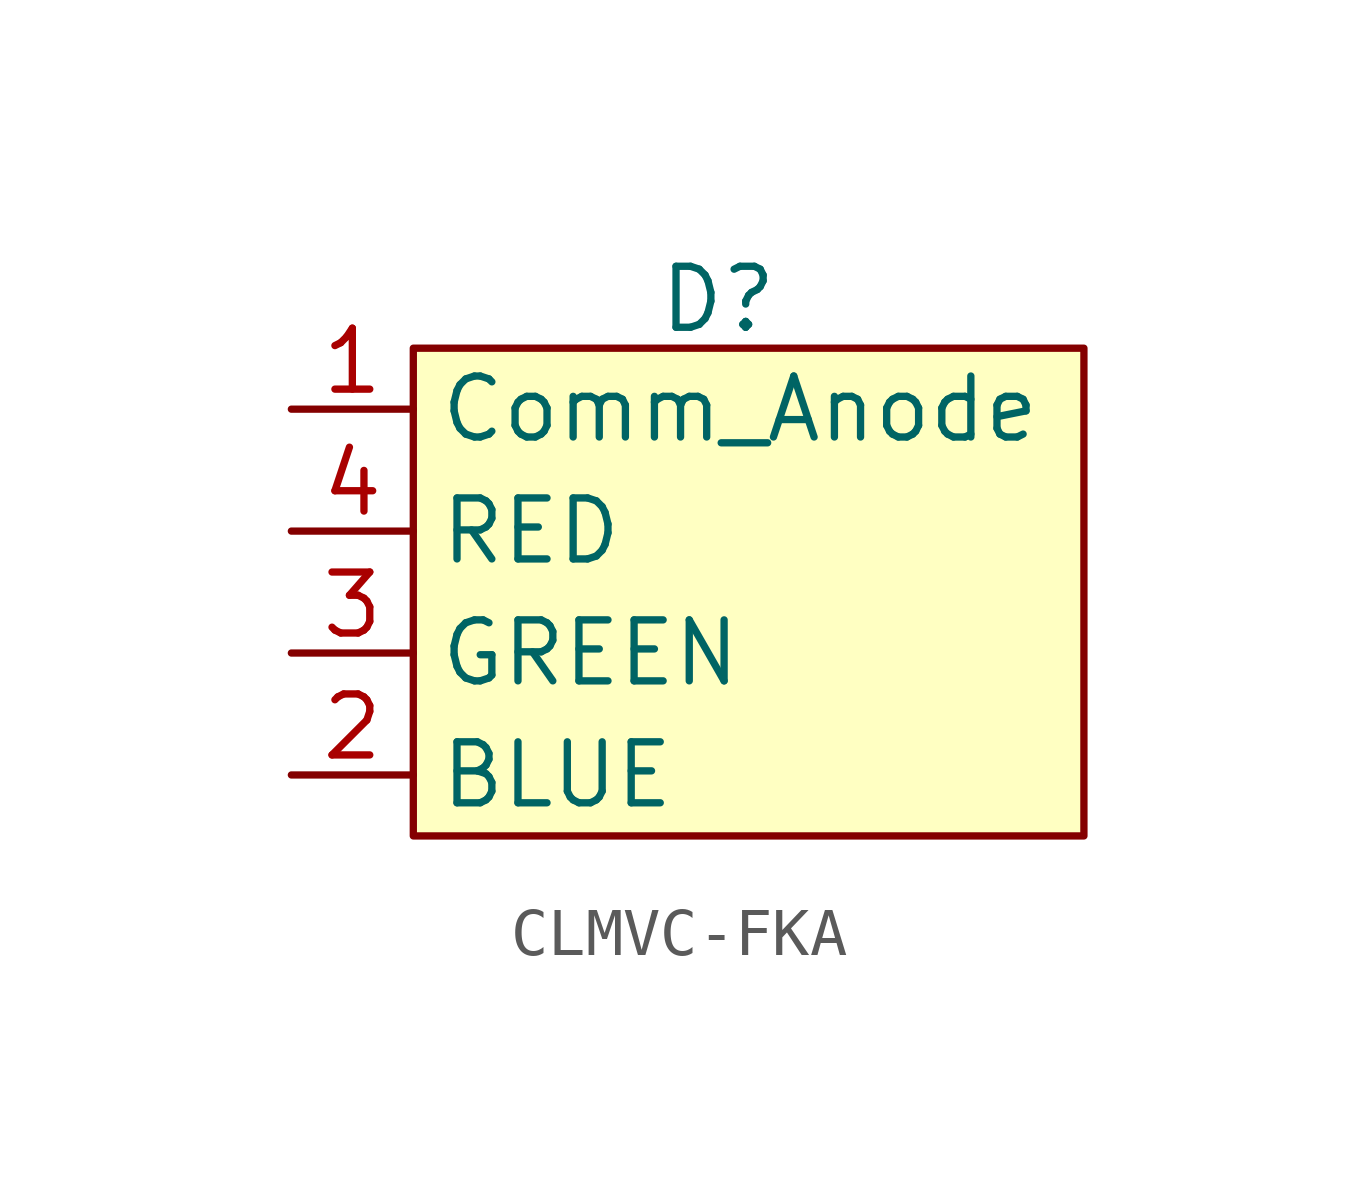
<source format=kicad_sym>
(kicad_symbol_lib
  (version 20231120)
  (generator "kicad_symbol_editor")
  (generator_version "8.0")
  (symbol "CLMVC-FKA"
    (property "Reference" "D"
      (at 0 6.096 0)
      (effects (font (size 1.27 1.27))))
    (property "Value" ""
      (at 0 0 0)
      (effects (font (size 1.27 1.27))))
    (symbol "CLMVC-FKA_0_1"
      (rectangle (start -6.35 5.08) (end 7.62 -5.08) (stroke (width 0) (type default)) (fill (type background))))
    (symbol "CLMVC-FKA_1_1"
      (pin passive line (at -8.89 3.81 0) (length 2.54) (name "Comm_Anode" (effects (font (size 1.27 1.27)))) (number "1" (effects (font (size 1.27 1.27)))))
      (pin passive line (at -8.89 -3.81 0) (length 2.54) (name "BLUE" (effects (font (size 1.27 1.27)))) (number "2" (effects (font (size 1.27 1.27)))))
      (pin passive line (at -8.89 -1.27 0) (length 2.54) (name "GREEN" (effects (font (size 1.27 1.27)))) (number "3" (effects (font (size 1.27 1.27)))))
      (pin passive line (at -8.89 1.27 0) (length 2.54) (name "RED" (effects (font (size 1.27 1.27)))) (number "4" (effects (font (size 1.27 1.27))))))))
</source>
